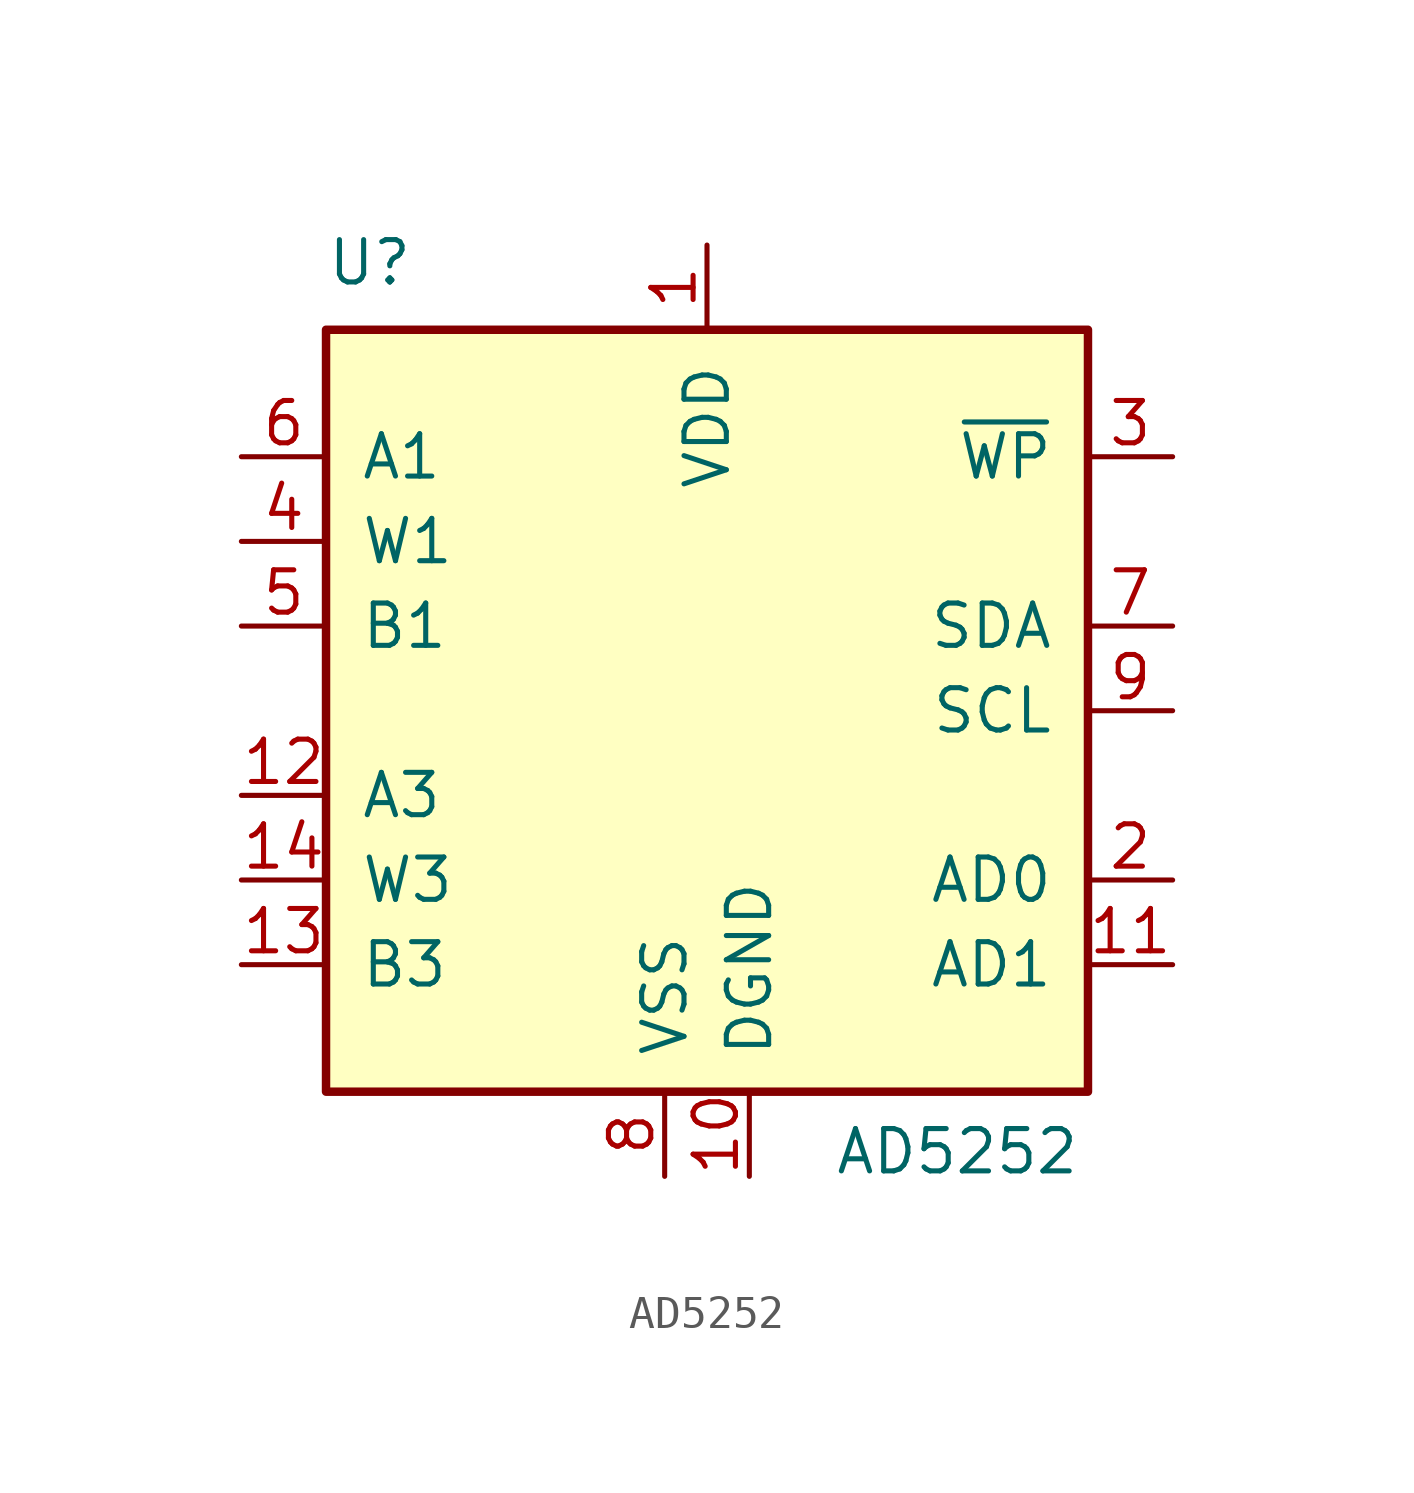
<source format=kicad_sym>
(kicad_symbol_lib
  (version 20220914)
  (generator kicad_symbol_editor)
  (symbol "AD5252"
    (pin_names
      (offset 1.016))
    (property "Reference" "U"
      (at -11.43 12.7 0)
      (effects (font (size 1.27 1.27)) (justify left bottom)))
    (property "Value" "AD5252"
      (at 3.81 -13.97 0)
      (effects (font (size 1.27 1.27)) (justify left bottom)))
    (symbol "AD5252_1_0"
      (rectangle (start -11.43 11.43) (end 11.43 -11.43) (stroke (width 0.254) (type default)) (fill (type background)))
      (pin power_in line (at 0 13.97 270) (length 2.54) (name "VDD" (effects (font (size 1.27 1.27)))) (number "1" (effects (font (size 1.27 1.27)))))
      (pin passive line (at 1.27 -13.97 90) (length 2.54) (name "DGND" (effects (font (size 1.27 1.27)))) (number "10" (effects (font (size 1.27 1.27)))))
      (pin passive line (at 13.97 -7.62 180) (length 2.54) (name "AD1" (effects (font (size 1.27 1.27)))) (number "11" (effects (font (size 1.27 1.27)))))
      (pin passive line (at -13.97 -2.54 0) (length 2.54) (name "A3" (effects (font (size 1.27 1.27)))) (number "12" (effects (font (size 1.27 1.27)))))
      (pin passive line (at -13.97 -7.62 0) (length 2.54) (name "B3" (effects (font (size 1.27 1.27)))) (number "13" (effects (font (size 1.27 1.27)))))
      (pin passive line (at -13.97 -5.08 0) (length 2.54) (name "W3" (effects (font (size 1.27 1.27)))) (number "14" (effects (font (size 1.27 1.27)))))
      (pin passive line (at 13.97 -5.08 180) (length 2.54) (name "AD0" (effects (font (size 1.27 1.27)))) (number "2" (effects (font (size 1.27 1.27)))))
      (pin passive line (at 13.97 7.62 180) (length 2.54) (name "~{WP}" (effects (font (size 1.27 1.27)))) (number "3" (effects (font (size 1.27 1.27)))))
      (pin passive line (at -13.97 5.08 0) (length 2.54) (name "W1" (effects (font (size 1.27 1.27)))) (number "4" (effects (font (size 1.27 1.27)))))
      (pin passive line (at -13.97 2.54 0) (length 2.54) (name "B1" (effects (font (size 1.27 1.27)))) (number "5" (effects (font (size 1.27 1.27)))))
      (pin passive line (at -13.97 7.62 0) (length 2.54) (name "A1" (effects (font (size 1.27 1.27)))) (number "6" (effects (font (size 1.27 1.27)))))
      (pin passive line (at 13.97 2.54 180) (length 2.54) (name "SDA" (effects (font (size 1.27 1.27)))) (number "7" (effects (font (size 1.27 1.27)))))
      (pin power_in line (at -1.27 -13.97 90) (length 2.54) (name "VSS" (effects (font (size 1.27 1.27)))) (number "8" (effects (font (size 1.27 1.27)))))
      (pin passive line (at 13.97 0 180) (length 2.54) (name "SCL" (effects (font (size 1.27 1.27)))) (number "9" (effects (font (size 1.27 1.27))))))))
</source>
